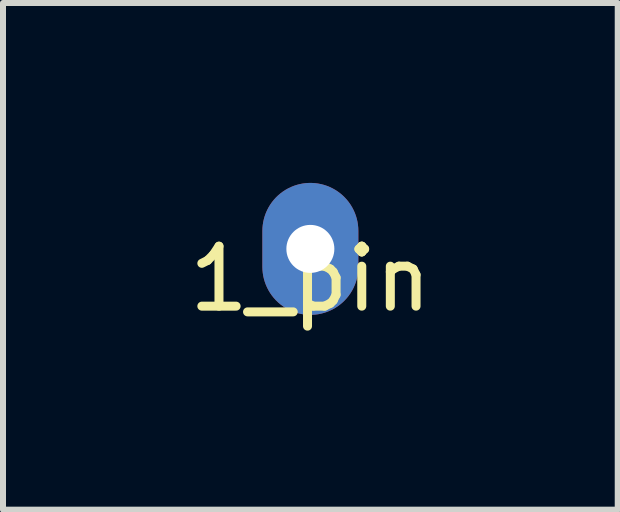
<source format=kicad_pcb>
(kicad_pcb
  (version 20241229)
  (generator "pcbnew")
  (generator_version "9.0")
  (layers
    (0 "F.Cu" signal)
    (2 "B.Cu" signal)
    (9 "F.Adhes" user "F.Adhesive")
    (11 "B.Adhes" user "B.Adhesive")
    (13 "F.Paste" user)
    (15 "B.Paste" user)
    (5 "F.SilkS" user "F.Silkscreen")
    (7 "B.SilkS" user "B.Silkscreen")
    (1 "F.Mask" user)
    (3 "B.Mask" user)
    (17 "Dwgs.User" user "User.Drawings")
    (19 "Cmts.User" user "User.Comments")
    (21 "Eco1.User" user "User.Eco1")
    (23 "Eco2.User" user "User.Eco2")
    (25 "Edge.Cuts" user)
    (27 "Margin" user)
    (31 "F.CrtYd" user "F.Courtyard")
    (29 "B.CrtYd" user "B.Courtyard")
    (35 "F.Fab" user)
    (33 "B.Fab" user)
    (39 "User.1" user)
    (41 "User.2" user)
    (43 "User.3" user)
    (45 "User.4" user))
  (footprint "1_pin"
    (layer "F.Cu")
    (at 2.125 1.1)
    (property "Reference" "1_pin" (at 0 0.5 0) (layer "F.SilkS") (effects (font (size 1 1) (thickness 0.15))))
    (attr through_hole)
    (pad "1" thru_hole oval (at 0 0) (size 1.6 2.2) (drill 0.8) (layers "*.Cu" "*.Mask")))
  (gr_rect
    (start -3 -3)
    (end 7.25 5.448)
    (stroke (width 0.1) (type default))
    (fill no)
    (layer "Edge.Cuts")))
</source>
